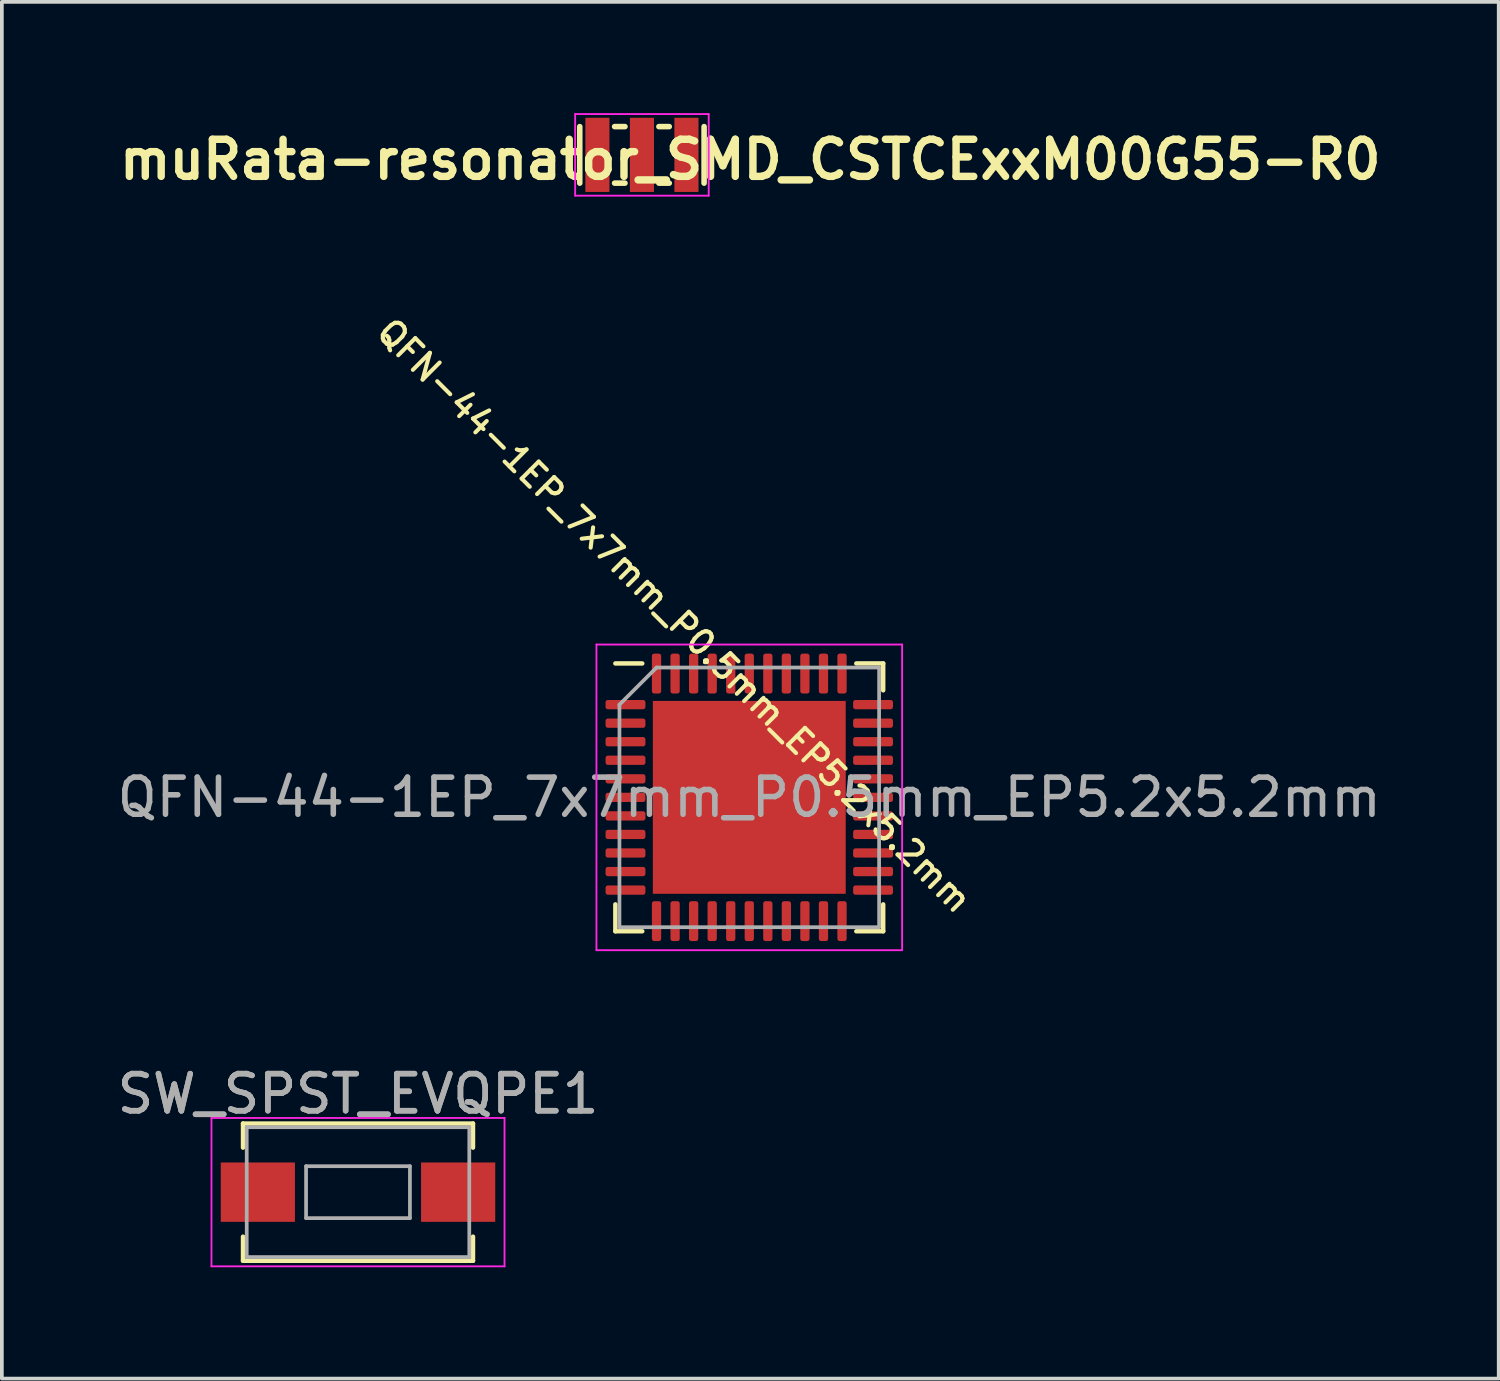
<source format=kicad_pcb>
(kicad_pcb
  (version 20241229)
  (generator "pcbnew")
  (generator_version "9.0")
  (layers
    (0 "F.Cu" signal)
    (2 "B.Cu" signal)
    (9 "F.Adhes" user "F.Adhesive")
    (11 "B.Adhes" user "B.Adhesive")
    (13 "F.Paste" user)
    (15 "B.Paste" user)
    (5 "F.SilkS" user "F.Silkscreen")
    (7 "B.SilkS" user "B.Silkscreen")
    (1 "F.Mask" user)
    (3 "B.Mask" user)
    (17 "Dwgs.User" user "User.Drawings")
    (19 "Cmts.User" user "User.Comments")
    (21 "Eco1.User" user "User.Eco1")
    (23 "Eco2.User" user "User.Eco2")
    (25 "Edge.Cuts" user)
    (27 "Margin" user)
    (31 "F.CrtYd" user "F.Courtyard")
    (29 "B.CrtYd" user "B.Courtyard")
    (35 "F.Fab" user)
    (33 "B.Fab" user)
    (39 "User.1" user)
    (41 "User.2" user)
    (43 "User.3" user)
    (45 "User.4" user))
  (footprint "QFN-44-1EP_7x7mm_P0.5mm_EP5.2x5.2mm"
    (layer "F.Cu")
    (at 17.149 18.445)
    (property "Reference" "QFN-44-1EP_7x7mm_P0.5mm_EP5.2x5.2mm" (at -2.021 -4.894 135) (layer "F.SilkS") (effects (font (size 0.65 0.65) (thickness 0.11))))
    (attr smd)
    (fp_line (start -3.61 3.61) (end -3.61 2.885) (stroke (width 0.12) (type solid)) (layer "F.SilkS"))
    (fp_line (start -2.885 -3.61) (end -3.61 -3.61) (stroke (width 0.12) (type solid)) (layer "F.SilkS"))
    (fp_line (start -2.885 3.61) (end -3.61 3.61) (stroke (width 0.12) (type solid)) (layer "F.SilkS"))
    (fp_line (start 2.885 -3.61) (end 3.61 -3.61) (stroke (width 0.12) (type solid)) (layer "F.SilkS"))
    (fp_line (start 2.885 3.61) (end 3.61 3.61) (stroke (width 0.12) (type solid)) (layer "F.SilkS"))
    (fp_line (start 3.61 -3.61) (end 3.61 -2.885) (stroke (width 0.12) (type solid)) (layer "F.SilkS"))
    (fp_line (start 3.61 3.61) (end 3.61 2.885) (stroke (width 0.12) (type solid)) (layer "F.SilkS"))
    (fp_line (start -4.12 -4.12) (end -4.12 4.12) (stroke (width 0.05) (type solid)) (layer "F.CrtYd"))
    (fp_line (start -4.12 4.12) (end 4.12 4.12) (stroke (width 0.05) (type solid)) (layer "F.CrtYd"))
    (fp_line (start 4.12 -4.12) (end -4.12 -4.12) (stroke (width 0.05) (type solid)) (layer "F.CrtYd"))
    (fp_line (start 4.12 4.12) (end 4.12 -4.12) (stroke (width 0.05) (type solid)) (layer "F.CrtYd"))
    (fp_line (start -3.5 -2.5) (end -2.5 -3.5) (stroke (width 0.1) (type solid)) (layer "F.Fab"))
    (fp_line (start -3.5 3.5) (end -3.5 -2.5) (stroke (width 0.1) (type solid)) (layer "F.Fab"))
    (fp_line (start -2.5 -3.5) (end 3.5 -3.5) (stroke (width 0.1) (type solid)) (layer "F.Fab"))
    (fp_line (start 3.5 -3.5) (end 3.5 3.5) (stroke (width 0.1) (type solid)) (layer "F.Fab"))
    (fp_line (start 3.5 3.5) (end -3.5 3.5) (stroke (width 0.1) (type solid)) (layer "F.Fab"))
    (fp_text user "${REFERENCE}" (at 0 0 180) (layer "F.Fab") (effects (font (size 1 1) (thickness 0.15))))
    (pad "" smd roundrect (at -1.95 -1.95) (size 1.05 1.05) (layers "F.Paste") (roundrect_rratio 0.238))
    (pad "" smd roundrect (at -1.95 -0.65) (size 1.05 1.05) (layers "F.Paste") (roundrect_rratio 0.238))
    (pad "" smd roundrect (at -1.95 0.65) (size 1.05 1.05) (layers "F.Paste") (roundrect_rratio 0.238))
    (pad "" smd roundrect (at -1.95 1.95) (size 1.05 1.05) (layers "F.Paste") (roundrect_rratio 0.238))
    (pad "" smd roundrect (at -0.65 -1.95) (size 1.05 1.05) (layers "F.Paste") (roundrect_rratio 0.238))
    (pad "" smd roundrect (at -0.65 -0.65) (size 1.05 1.05) (layers "F.Paste") (roundrect_rratio 0.238))
    (pad "" smd roundrect (at -0.65 0.65) (size 1.05 1.05) (layers "F.Paste") (roundrect_rratio 0.238))
    (pad "" smd roundrect (at -0.65 1.95) (size 1.05 1.05) (layers "F.Paste") (roundrect_rratio 0.238))
    (pad "" smd roundrect (at 0.65 -1.95) (size 1.05 1.05) (layers "F.Paste") (roundrect_rratio 0.238))
    (pad "" smd roundrect (at 0.65 -0.65) (size 1.05 1.05) (layers "F.Paste") (roundrect_rratio 0.238))
    (pad "" smd roundrect (at 0.65 0.65) (size 1.05 1.05) (layers "F.Paste") (roundrect_rratio 0.238))
    (pad "" smd roundrect (at 0.65 1.95) (size 1.05 1.05) (layers "F.Paste") (roundrect_rratio 0.238))
    (pad "" smd roundrect (at 1.95 -1.95) (size 1.05 1.05) (layers "F.Paste") (roundrect_rratio 0.238))
    (pad "" smd roundrect (at 1.95 -0.65) (size 1.05 1.05) (layers "F.Paste") (roundrect_rratio 0.238))
    (pad "" smd roundrect (at 1.95 0.65) (size 1.05 1.05) (layers "F.Paste") (roundrect_rratio 0.238))
    (pad "" smd roundrect (at 1.95 1.95) (size 1.05 1.05) (layers "F.Paste") (roundrect_rratio 0.238))
    (pad "1" smd roundrect (at -3.337 -2.5) (size 1.075 0.25) (layers "F.Cu" "F.Mask" "F.Paste") (roundrect_rratio 0.25))
    (pad "2" smd roundrect (at -3.337 -2) (size 1.075 0.25) (layers "F.Cu" "F.Mask" "F.Paste") (roundrect_rratio 0.25))
    (pad "3" smd roundrect (at -3.337 -1.5) (size 1.075 0.25) (layers "F.Cu" "F.Mask" "F.Paste") (roundrect_rratio 0.25))
    (pad "4" smd roundrect (at -3.337 -1) (size 1.075 0.25) (layers "F.Cu" "F.Mask" "F.Paste") (roundrect_rratio 0.25))
    (pad "5" smd roundrect (at -3.337 -0.5) (size 1.075 0.25) (layers "F.Cu" "F.Mask" "F.Paste") (roundrect_rratio 0.25))
    (pad "6" smd roundrect (at -3.337 0) (size 1.075 0.25) (layers "F.Cu" "F.Mask" "F.Paste") (roundrect_rratio 0.25))
    (pad "7" smd roundrect (at -3.337 0.5) (size 1.075 0.25) (layers "F.Cu" "F.Mask" "F.Paste") (roundrect_rratio 0.25))
    (pad "8" smd roundrect (at -3.337 1) (size 1.075 0.25) (layers "F.Cu" "F.Mask" "F.Paste") (roundrect_rratio 0.25))
    (pad "9" smd roundrect (at -3.337 1.5) (size 1.075 0.25) (layers "F.Cu" "F.Mask" "F.Paste") (roundrect_rratio 0.25))
    (pad "10" smd roundrect (at -3.337 2) (size 1.075 0.25) (layers "F.Cu" "F.Mask" "F.Paste") (roundrect_rratio 0.25))
    (pad "11" smd roundrect (at -3.337 2.5) (size 1.075 0.25) (layers "F.Cu" "F.Mask" "F.Paste") (roundrect_rratio 0.25))
    (pad "12" smd roundrect (at -2.5 3.337) (size 0.25 1.075) (layers "F.Cu" "F.Mask" "F.Paste") (roundrect_rratio 0.25))
    (pad "13" smd roundrect (at -2 3.337) (size 0.25 1.075) (layers "F.Cu" "F.Mask" "F.Paste") (roundrect_rratio 0.25))
    (pad "14" smd roundrect (at -1.5 3.337) (size 0.25 1.075) (layers "F.Cu" "F.Mask" "F.Paste") (roundrect_rratio 0.25))
    (pad "15" smd roundrect (at -1 3.337) (size 0.25 1.075) (layers "F.Cu" "F.Mask" "F.Paste") (roundrect_rratio 0.25))
    (pad "16" smd roundrect (at -0.5 3.337) (size 0.25 1.075) (layers "F.Cu" "F.Mask" "F.Paste") (roundrect_rratio 0.25))
    (pad "17" smd roundrect (at 0 3.337) (size 0.25 1.075) (layers "F.Cu" "F.Mask" "F.Paste") (roundrect_rratio 0.25))
    (pad "18" smd roundrect (at 0.5 3.337) (size 0.25 1.075) (layers "F.Cu" "F.Mask" "F.Paste") (roundrect_rratio 0.25))
    (pad "19" smd roundrect (at 1 3.337) (size 0.25 1.075) (layers "F.Cu" "F.Mask" "F.Paste") (roundrect_rratio 0.25))
    (pad "20" smd roundrect (at 1.5 3.337) (size 0.25 1.075) (layers "F.Cu" "F.Mask" "F.Paste") (roundrect_rratio 0.25))
    (pad "21" smd roundrect (at 2 3.337) (size 0.25 1.075) (layers "F.Cu" "F.Mask" "F.Paste") (roundrect_rratio 0.25))
    (pad "22" smd roundrect (at 2.5 3.337) (size 0.25 1.075) (layers "F.Cu" "F.Mask" "F.Paste") (roundrect_rratio 0.25))
    (pad "23" smd roundrect (at 3.337 2.5) (size 1.075 0.25) (layers "F.Cu" "F.Mask" "F.Paste") (roundrect_rratio 0.25))
    (pad "24" smd roundrect (at 3.337 2) (size 1.075 0.25) (layers "F.Cu" "F.Mask" "F.Paste") (roundrect_rratio 0.25))
    (pad "25" smd roundrect (at 3.337 1.5) (size 1.075 0.25) (layers "F.Cu" "F.Mask" "F.Paste") (roundrect_rratio 0.25))
    (pad "26" smd roundrect (at 3.337 1) (size 1.075 0.25) (layers "F.Cu" "F.Mask" "F.Paste") (roundrect_rratio 0.25))
    (pad "27" smd roundrect (at 3.337 0.5) (size 1.075 0.25) (layers "F.Cu" "F.Mask" "F.Paste") (roundrect_rratio 0.25))
    (pad "28" smd roundrect (at 3.337 0) (size 1.075 0.25) (layers "F.Cu" "F.Mask" "F.Paste") (roundrect_rratio 0.25))
    (pad "29" smd roundrect (at 3.337 -0.5) (size 1.075 0.25) (layers "F.Cu" "F.Mask" "F.Paste") (roundrect_rratio 0.25))
    (pad "30" smd roundrect (at 3.337 -1) (size 1.075 0.25) (layers "F.Cu" "F.Mask" "F.Paste") (roundrect_rratio 0.25))
    (pad "31" smd roundrect (at 3.337 -1.5) (size 1.075 0.25) (layers "F.Cu" "F.Mask" "F.Paste") (roundrect_rratio 0.25))
    (pad "32" smd roundrect (at 3.337 -2) (size 1.075 0.25) (layers "F.Cu" "F.Mask" "F.Paste") (roundrect_rratio 0.25))
    (pad "33" smd roundrect (at 3.337 -2.5) (size 1.075 0.25) (layers "F.Cu" "F.Mask" "F.Paste") (roundrect_rratio 0.25))
    (pad "34" smd roundrect (at 2.5 -3.337) (size 0.25 1.075) (layers "F.Cu" "F.Mask" "F.Paste") (roundrect_rratio 0.25))
    (pad "35" smd roundrect (at 2 -3.337) (size 0.25 1.075) (layers "F.Cu" "F.Mask" "F.Paste") (roundrect_rratio 0.25))
    (pad "36" smd roundrect (at 1.5 -3.337) (size 0.25 1.075) (layers "F.Cu" "F.Mask" "F.Paste") (roundrect_rratio 0.25))
    (pad "37" smd roundrect (at 1 -3.337) (size 0.25 1.075) (layers "F.Cu" "F.Mask" "F.Paste") (roundrect_rratio 0.25))
    (pad "38" smd roundrect (at 0.5 -3.337) (size 0.25 1.075) (layers "F.Cu" "F.Mask" "F.Paste") (roundrect_rratio 0.25))
    (pad "39" smd roundrect (at 0 -3.337) (size 0.25 1.075) (layers "F.Cu" "F.Mask" "F.Paste") (roundrect_rratio 0.25))
    (pad "40" smd roundrect (at -0.5 -3.337) (size 0.25 1.075) (layers "F.Cu" "F.Mask" "F.Paste") (roundrect_rratio 0.25))
    (pad "41" smd roundrect (at -1 -3.337) (size 0.25 1.075) (layers "F.Cu" "F.Mask" "F.Paste") (roundrect_rratio 0.25))
    (pad "42" smd roundrect (at -1.5 -3.337) (size 0.25 1.075) (layers "F.Cu" "F.Mask" "F.Paste") (roundrect_rratio 0.25))
    (pad "43" smd roundrect (at -2 -3.337) (size 0.25 1.075) (layers "F.Cu" "F.Mask" "F.Paste") (roundrect_rratio 0.25))
    (pad "44" smd roundrect (at -2.5 -3.337) (size 0.25 1.075) (layers "F.Cu" "F.Mask" "F.Paste") (roundrect_rratio 0.25))
    (pad "45" smd rect (at 0 0) (size 5.2 5.2) (layers "F.Cu" "F.Mask")))
  (footprint "muRata-resonator_SMD_CSTCExxM00G55-R0"
    (layer "F.Cu")
    (at 14.255 1.125)
    (property "Reference" "muRata-resonator_SMD_CSTCExxM00G55-R0" (at 2.921 0.127 0) (layer "F.SilkS") (effects (font (size 1 1) (thickness 0.2))))
    (attr through_hole)
    (fp_line (start -1.676 -0.762) (end -1.676 0.762) (stroke (width 0.15) (type solid)) (layer "F.SilkS"))
    (fp_line (start -0.737 -0.762) (end -0.457 -0.762) (stroke (width 0.15) (type solid)) (layer "F.SilkS"))
    (fp_line (start -0.457 0.762) (end -0.737 0.762) (stroke (width 0.15) (type solid)) (layer "F.SilkS"))
    (fp_line (start 0.457 -0.762) (end 0.737 -0.762) (stroke (width 0.15) (type solid)) (layer "F.SilkS"))
    (fp_line (start 0.737 0.762) (end 0.457 0.762) (stroke (width 0.15) (type solid)) (layer "F.SilkS"))
    (fp_line (start 1.676 -0.762) (end 1.676 0.762) (stroke (width 0.15) (type solid)) (layer "F.SilkS"))
    (fp_line (start -1.8 -1.1) (end 1.8 -1.1) (stroke (width 0.05) (type solid)) (layer "F.CrtYd"))
    (fp_line (start -1.8 1.1) (end -1.8 -1.1) (stroke (width 0.05) (type solid)) (layer "F.CrtYd"))
    (fp_line (start 1.8 -1.1) (end 1.8 1.1) (stroke (width 0.05) (type solid)) (layer "F.CrtYd"))
    (fp_line (start 1.8 1.1) (end -1.8 1.1) (stroke (width 0.05) (type solid)) (layer "F.CrtYd"))
    (pad "1" smd rect (at -1.2 0) (size 0.65 2) (layers "F.Cu" "F.Mask" "F.Paste"))
    (pad "2" smd rect (at 0 0) (size 0.65 2) (layers "F.Cu" "F.Mask" "F.Paste"))
    (pad "3" smd rect (at 1.2 0) (size 0.65 2) (layers "F.Cu" "F.Mask" "F.Paste")))
  (footprint "SW_SPST_EVQPE1"
    (layer "F.Cu")
    (at 6.601 29.088)
    (property "Reference" "SW_SPST_EVQPE1" (at 0 -2.65 0) (layer "F.Fab") (effects (font (size 1 1) (thickness 0.15))))
    (attr smd)
    (fp_line (start -3.1 -1.85) (end -3.1 -1.2) (stroke (width 0.12) (type solid)) (layer "F.SilkS"))
    (fp_line (start -3.1 1.2) (end -3.1 1.85) (stroke (width 0.12) (type solid)) (layer "F.SilkS"))
    (fp_line (start -3.1 1.85) (end 3.1 1.85) (stroke (width 0.12) (type solid)) (layer "F.SilkS"))
    (fp_line (start 3.1 -1.85) (end -3.1 -1.85) (stroke (width 0.12) (type solid)) (layer "F.SilkS"))
    (fp_line (start 3.1 -1.85) (end 3.1 -1.2) (stroke (width 0.12) (type solid)) (layer "F.SilkS"))
    (fp_line (start 3.1 1.85) (end 3.1 1.2) (stroke (width 0.12) (type solid)) (layer "F.SilkS"))
    (fp_line (start -3.95 -2) (end 3.95 -2) (stroke (width 0.05) (type solid)) (layer "F.CrtYd"))
    (fp_line (start -3.95 2) (end -3.95 -2) (stroke (width 0.05) (type solid)) (layer "F.CrtYd"))
    (fp_line (start 3.95 -2) (end 3.95 2) (stroke (width 0.05) (type solid)) (layer "F.CrtYd"))
    (fp_line (start 3.95 2) (end -3.95 2) (stroke (width 0.05) (type solid)) (layer "F.CrtYd"))
    (fp_line (start -3 -1.75) (end 3 -1.75) (stroke (width 0.1) (type solid)) (layer "F.Fab"))
    (fp_line (start -3 1.75) (end -3 -1.75) (stroke (width 0.1) (type solid)) (layer "F.Fab"))
    (fp_line (start -1.4 -0.7) (end 1.4 -0.7) (stroke (width 0.1) (type solid)) (layer "F.Fab"))
    (fp_line (start -1.4 0.7) (end -1.4 -0.7) (stroke (width 0.1) (type solid)) (layer "F.Fab"))
    (fp_line (start 1.4 -0.7) (end 1.4 0.7) (stroke (width 0.1) (type solid)) (layer "F.Fab"))
    (fp_line (start 1.4 0.7) (end -1.4 0.7) (stroke (width 0.1) (type solid)) (layer "F.Fab"))
    (fp_line (start 3 -1.75) (end 3 1.75) (stroke (width 0.1) (type solid)) (layer "F.Fab"))
    (fp_line (start 3 1.75) (end -3 1.75) (stroke (width 0.1) (type solid)) (layer "F.Fab"))
    (fp_text user "${REFERENCE}" (at 0 -2.65 0) (layer "F.Fab") (effects (font (size 1 1) (thickness 0.15))))
    (pad "1" smd rect (at -2.7 0) (size 2 1.6) (layers "F.Cu" "F.Mask" "F.Paste"))
    (pad "2" smd rect (at 2.7 0) (size 2 1.6) (layers "F.Cu" "F.Mask" "F.Paste")))
  (gr_rect
    (start -3 -3)
    (end 37.352 34.113)
    (stroke (width 0.1) (type default))
    (fill no)
    (layer "Edge.Cuts")))
</source>
